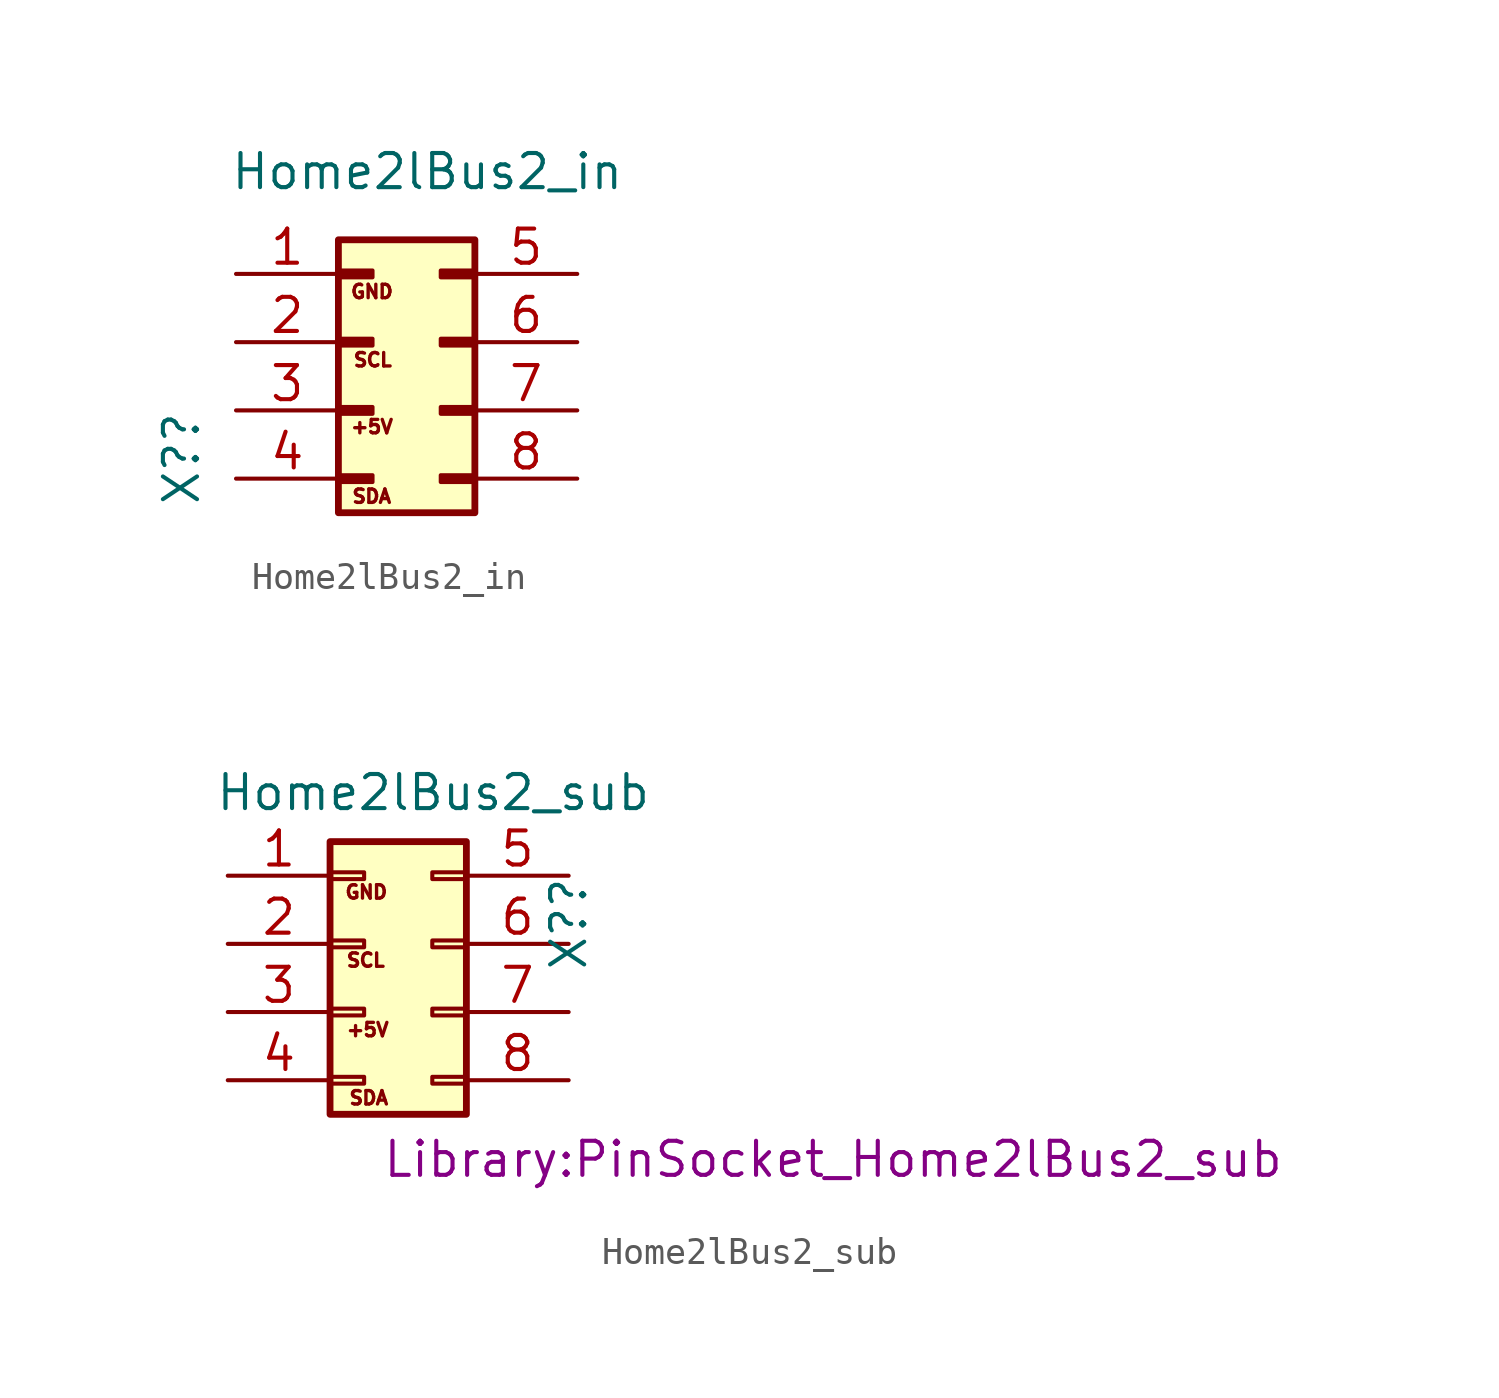
<source format=kicad_sym>
(kicad_symbol_lib
  (version 20211014)
  (generator kicad_symbol_editor)
  (symbol "Home2lBus2_in"
    (pin_names
      (offset 1.016) hide)
    (property "Reference" "X?"
      (at -7.112 -2.54 90)
      (effects (font (size 1.27 1.27)) (justify right)))
    (property "Value" "Home2lBus2_in"
      (at 9.398 6.35 0)
      (effects (font (size 1.27 1.27)) (justify right)))
    (symbol "Home2lBus2_in_0_0"
      (text "+5V" (at -0.864 -3.15 0) (effects (font (size 0.5 0.5)) (justify left)))
      (text "GND" (at -0.864 1.88 0) (effects (font (size 0.5 0.5)) (justify left)))
      (text "SCL" (at -0.762 -0.66 0) (effects (font (size 0.5 0.5)) (justify left)))
      (text "SDA" (at -0.813 -5.74 0) (effects (font (size 0.5 0.5)) (justify left))))
    (symbol "Home2lBus2_in_1_1"
      (rectangle (start -1.27 -4.953) (end 0 -5.207) (stroke (width 0.152) (type default) (color 0 0 0 0)) (fill (type outline)))
      (rectangle (start -1.27 -2.413) (end 0 -2.667) (stroke (width 0.152) (type default) (color 0 0 0 0)) (fill (type outline)))
      (rectangle (start -1.27 0.127) (end 0 -0.127) (stroke (width 0.152) (type default) (color 0 0 0 0)) (fill (type outline)))
      (rectangle (start -1.27 2.667) (end 0 2.413) (stroke (width 0.152) (type default) (color 0 0 0 0)) (fill (type outline)))
      (rectangle (start -1.27 3.81) (end 3.81 -6.35) (stroke (width 0.254) (type default) (color 0 0 0 0)) (fill (type background)))
      (rectangle (start 3.81 -4.953) (end 2.54 -5.207) (stroke (width 0.152) (type default) (color 0 0 0 0)) (fill (type outline)))
      (rectangle (start 3.81 -2.413) (end 2.54 -2.667) (stroke (width 0.152) (type default) (color 0 0 0 0)) (fill (type outline)))
      (rectangle (start 3.81 0.127) (end 2.54 -0.127) (stroke (width 0.152) (type default) (color 0 0 0 0)) (fill (type outline)))
      (rectangle (start 3.81 2.667) (end 2.54 2.413) (stroke (width 0.152) (type default) (color 0 0 0 0)) (fill (type outline)))
      (pin passive line (at -5.08 2.54 0) (length 3.81) (name "Pin_1" (effects (font (size 1.27 1.27)))) (number "1" (effects (font (size 1.27 1.27)))))
      (pin passive line (at -5.08 0 0) (length 3.81) (name "Pin_2" (effects (font (size 1.27 1.27)))) (number "2" (effects (font (size 1.27 1.27)))))
      (pin passive line (at -5.08 -2.54 0) (length 3.81) (name "Pin_3" (effects (font (size 1.27 1.27)))) (number "3" (effects (font (size 1.27 1.27)))))
      (pin passive line (at -5.08 -5.08 0) (length 3.81) (name "Pin_4" (effects (font (size 1.27 1.27)))) (number "4" (effects (font (size 1.27 1.27)))))
      (pin passive line (at 7.62 2.54 180) (length 3.81) (name "Pin_5" (effects (font (size 1.27 1.27)))) (number "5" (effects (font (size 1.27 1.27)))))
      (pin passive line (at 7.62 0 180) (length 3.81) (name "Pin_6" (effects (font (size 1.27 1.27)))) (number "6" (effects (font (size 1.27 1.27)))))
      (pin passive line (at 7.62 -2.54 180) (length 3.81) (name "Pin_7" (effects (font (size 1.27 1.27)))) (number "7" (effects (font (size 1.27 1.27)))))
      (pin passive line (at 7.62 -5.08 180) (length 3.81) (name "Pin_8" (effects (font (size 1.27 1.27)))) (number "8" (effects (font (size 1.27 1.27)))))))
  (symbol "Home2lBus2_sub"
    (pin_names
      (offset 1.016) hide)
    (property "Reference" "X?"
      (at 7.62 2.54 90)
      (effects (font (size 1.27 1.27)) (justify right)))
    (property "Value" "Home2lBus2_sub"
      (at 10.719 5.639 0)
      (effects (font (size 1.27 1.27)) (justify right)))
    (property "Footprint" "Library:PinSocket_Home2lBus2_sub"
      (at 17.475 -8.026 0)
      (effects (font (size 1.27 1.27))))
    (symbol "Home2lBus2_sub_0_0"
      (text "+5V" (at -0.711 -3.2 0) (effects (font (size 0.5 0.5)) (justify left)))
      (text "GND" (at -0.762 1.93 0) (effects (font (size 0.5 0.5)) (justify left)))
      (text "SCL" (at -0.711 -0.61 0) (effects (font (size 0.5 0.5)) (justify left)))
      (text "SDA" (at -0.61 -5.74 0) (effects (font (size 0.5 0.5)) (justify left))))
    (symbol "Home2lBus2_sub_1_1"
      (rectangle (start -1.27 -4.953) (end 0 -5.207) (stroke (width 0.152) (type default) (color 0 0 0 0)) (fill (type none)))
      (rectangle (start -1.27 -2.413) (end 0 -2.667) (stroke (width 0.152) (type default) (color 0 0 0 0)) (fill (type none)))
      (rectangle (start -1.27 0.127) (end 0 -0.127) (stroke (width 0.152) (type default) (color 0 0 0 0)) (fill (type none)))
      (rectangle (start -1.27 2.667) (end 0 2.413) (stroke (width 0.152) (type default) (color 0 0 0 0)) (fill (type none)))
      (rectangle (start -1.27 3.81) (end 3.81 -6.35) (stroke (width 0.254) (type default) (color 0 0 0 0)) (fill (type background)))
      (rectangle (start 3.81 -4.953) (end 2.54 -5.207) (stroke (width 0.152) (type default) (color 0 0 0 0)) (fill (type none)))
      (rectangle (start 3.81 -2.413) (end 2.54 -2.667) (stroke (width 0.152) (type default) (color 0 0 0 0)) (fill (type none)))
      (rectangle (start 3.81 0.127) (end 2.54 -0.127) (stroke (width 0.152) (type default) (color 0 0 0 0)) (fill (type none)))
      (rectangle (start 3.81 2.667) (end 2.54 2.413) (stroke (width 0.152) (type default) (color 0 0 0 0)) (fill (type none)))
      (pin passive line (at -5.08 2.54 0) (length 3.81) (name "Pin_1" (effects (font (size 1.27 1.27)))) (number "1" (effects (font (size 1.27 1.27)))))
      (pin passive line (at -5.08 0 0) (length 3.81) (name "Pin_2" (effects (font (size 1.27 1.27)))) (number "2" (effects (font (size 1.27 1.27)))))
      (pin passive line (at -5.08 -2.54 0) (length 3.81) (name "Pin_3" (effects (font (size 1.27 1.27)))) (number "3" (effects (font (size 1.27 1.27)))))
      (pin passive line (at -5.08 -5.08 0) (length 3.81) (name "Pin_4" (effects (font (size 1.27 1.27)))) (number "4" (effects (font (size 1.27 1.27)))))
      (pin passive line (at 7.62 2.54 180) (length 3.81) (name "Pin_5" (effects (font (size 1.27 1.27)))) (number "5" (effects (font (size 1.27 1.27)))))
      (pin passive line (at 7.62 0 180) (length 3.81) (name "Pin_6" (effects (font (size 1.27 1.27)))) (number "6" (effects (font (size 1.27 1.27)))))
      (pin passive line (at 7.62 -2.54 180) (length 3.81) (name "Pin_7" (effects (font (size 1.27 1.27)))) (number "7" (effects (font (size 1.27 1.27)))))
      (pin passive line (at 7.62 -5.08 180) (length 3.81) (name "Pin_8" (effects (font (size 1.27 1.27)))) (number "8" (effects (font (size 1.27 1.27))))))))
</source>
